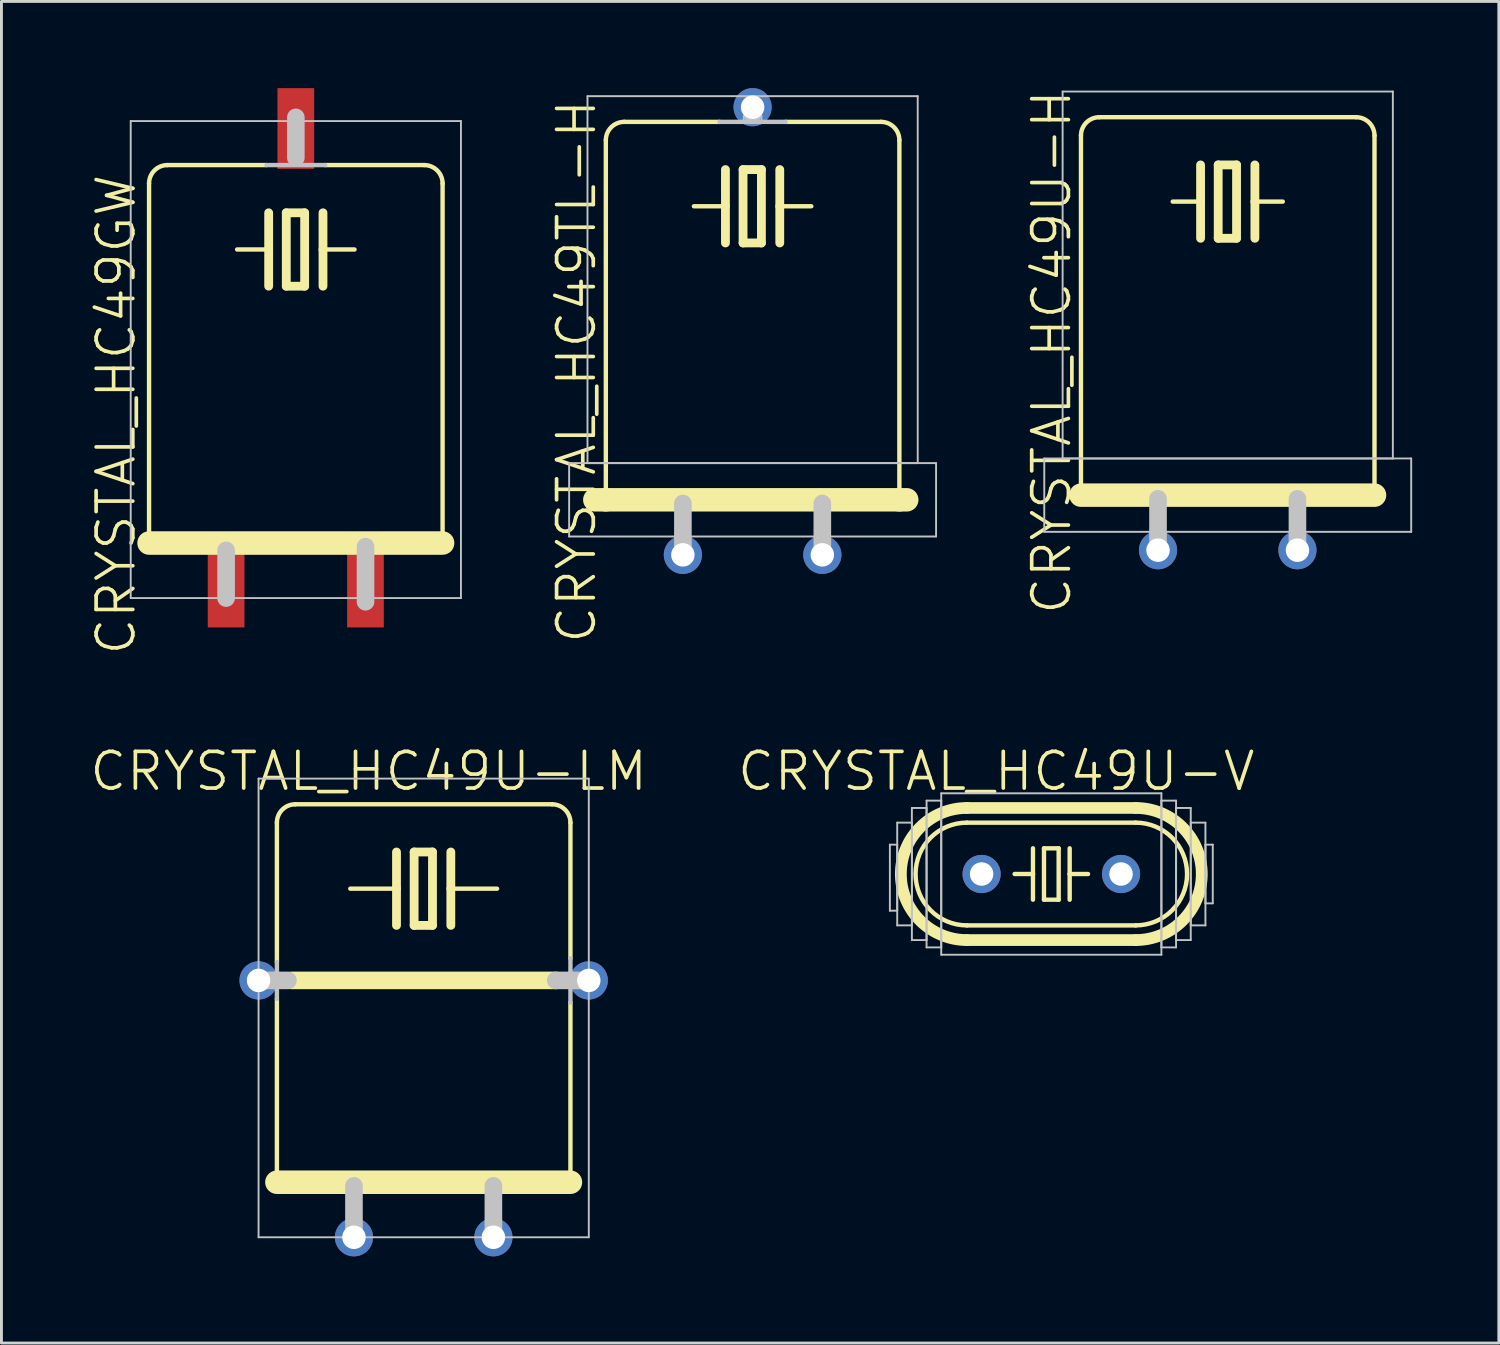
<source format=kicad_pcb>
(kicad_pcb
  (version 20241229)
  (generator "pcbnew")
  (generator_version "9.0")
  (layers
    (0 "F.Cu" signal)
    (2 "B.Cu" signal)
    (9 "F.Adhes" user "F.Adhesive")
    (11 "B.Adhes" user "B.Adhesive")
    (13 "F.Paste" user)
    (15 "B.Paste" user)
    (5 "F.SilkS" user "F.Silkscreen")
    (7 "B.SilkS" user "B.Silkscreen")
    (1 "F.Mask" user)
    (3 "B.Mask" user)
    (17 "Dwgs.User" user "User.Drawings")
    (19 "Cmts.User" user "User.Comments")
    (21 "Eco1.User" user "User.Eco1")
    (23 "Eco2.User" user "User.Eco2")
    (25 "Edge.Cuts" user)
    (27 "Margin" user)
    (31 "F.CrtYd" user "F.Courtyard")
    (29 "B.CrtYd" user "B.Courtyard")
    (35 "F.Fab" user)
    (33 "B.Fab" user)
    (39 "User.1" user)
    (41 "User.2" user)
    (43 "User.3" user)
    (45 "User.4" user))
  (footprint "CRYSTAL_HC49GW"
    (layer "F.Cu")
    (at 7.189 9.395)
    (property "Reference" "CRYSTAL_HC49GW" (at -6.223 1.905 90) (layer "F.SilkS") (effects (font (size 1.27 1.27) (thickness 0.127))))
    (attr smd)
    (fp_line (start -5.08 -6.096) (end -5.08 6.35) (stroke (width 0.152) (type solid)) (layer "F.SilkS"))
    (fp_line (start -5.08 6.35) (end 5.08 6.35) (stroke (width 0.813) (type solid)) (layer "F.SilkS"))
    (fp_line (start -1.016 -6.731) (end -4.445 -6.731) (stroke (width 0.152) (type solid)) (layer "F.SilkS"))
    (fp_line (start -0.94 -5.08) (end -0.94 -3.81) (stroke (width 0.305) (type solid)) (layer "F.SilkS"))
    (fp_line (start -0.94 -3.81) (end -2.032 -3.81) (stroke (width 0.152) (type solid)) (layer "F.SilkS"))
    (fp_line (start -0.94 -3.81) (end -0.94 -2.54) (stroke (width 0.305) (type solid)) (layer "F.SilkS"))
    (fp_line (start -0.33 -5.08) (end -0.33 -2.54) (stroke (width 0.305) (type solid)) (layer "F.SilkS"))
    (fp_line (start -0.33 -2.54) (end 0.305 -2.54) (stroke (width 0.305) (type solid)) (layer "F.SilkS"))
    (fp_line (start 0.305 -5.08) (end -0.33 -5.08) (stroke (width 0.305) (type solid)) (layer "F.SilkS"))
    (fp_line (start 0.305 -2.54) (end 0.305 -5.08) (stroke (width 0.305) (type solid)) (layer "F.SilkS"))
    (fp_line (start 0.94 -5.08) (end 0.94 -3.81) (stroke (width 0.305) (type solid)) (layer "F.SilkS"))
    (fp_line (start 0.94 -3.81) (end 0.94 -2.54) (stroke (width 0.305) (type solid)) (layer "F.SilkS"))
    (fp_line (start 0.94 -3.81) (end 2.032 -3.81) (stroke (width 0.152) (type solid)) (layer "F.SilkS"))
    (fp_line (start 4.445 -6.731) (end 1.016 -6.731) (stroke (width 0.152) (type solid)) (layer "F.SilkS"))
    (fp_line (start 5.08 6.35) (end 5.08 -6.096) (stroke (width 0.152) (type solid)) (layer "F.SilkS"))
    (fp_arc (start -5.08 -6.096) (mid -4.894013 -6.545013) (end -4.445 -6.731) (stroke (width 0.1524) (type solid)) (layer "F.SilkS"))
    (fp_arc (start 4.445 -6.731) (mid 4.894013 -6.545013) (end 5.08 -6.096) (stroke (width 0.1524) (type solid)) (layer "F.SilkS"))
    (fp_line (start -5.715 -8.255) (end 5.715 -8.255) (stroke (width 0.066) (type solid)) (layer "Dwgs.User"))
    (fp_line (start -5.715 8.255) (end -5.715 -8.255) (stroke (width 0.066) (type solid)) (layer "Dwgs.User"))
    (fp_line (start -5.715 8.255) (end 5.715 8.255) (stroke (width 0.066) (type solid)) (layer "Dwgs.User"))
    (fp_line (start -2.413 6.604) (end -2.413 8.255) (stroke (width 0.61) (type solid)) (layer "Dwgs.User"))
    (fp_line (start 0 -8.382) (end 0 -6.985) (stroke (width 0.61) (type solid)) (layer "Dwgs.User"))
    (fp_line (start 1.016 -6.731) (end -1.016 -6.731) (stroke (width 0.152) (type solid)) (layer "Dwgs.User"))
    (fp_line (start 2.413 6.477) (end 2.413 8.382) (stroke (width 0.61) (type solid)) (layer "Dwgs.User"))
    (fp_line (start 5.715 8.255) (end 5.715 -8.255) (stroke (width 0.066) (type solid)) (layer "Dwgs.User"))
    (pad "1" smd rect (at -2.413 8.001) (size 1.27 2.54) (layers "F.Cu" "F.Mask" "F.Paste"))
    (pad "2" smd rect (at 2.41 8.001) (size 1.27 2.54) (layers "F.Cu" "F.Mask" "F.Paste"))
    (pad "3" smd rect (at 0 -7.998) (size 1.27 2.794) (layers "F.Cu" "F.Mask" "F.Paste")))
  (footprint "CRYSTAL_HC49U-V"
    (layer "F.Cu")
    (at 33.338 27.201)
    (property "Reference" "CRYSTAL_HC49U-V" (at -1.905 -3.556 0) (layer "F.SilkS") (effects (font (size 1.27 1.27) (thickness 0.127))))
    (attr exclude_from_pos_files exclude_from_bom)
    (fp_line (start -2.921 -2.286) (end 2.921 -2.286) (stroke (width 0.406) (type solid)) (layer "F.SilkS"))
    (fp_line (start -2.921 1.778) (end 2.921 1.778) (stroke (width 0.152) (type solid)) (layer "F.SilkS"))
    (fp_line (start -2.921 2.286) (end 2.921 2.286) (stroke (width 0.406) (type solid)) (layer "F.SilkS"))
    (fp_line (start -0.635 -0.889) (end -0.635 0) (stroke (width 0.152) (type solid)) (layer "F.SilkS"))
    (fp_line (start -0.635 0) (end -1.27 0) (stroke (width 0.152) (type solid)) (layer "F.SilkS"))
    (fp_line (start -0.635 0) (end -0.635 0.889) (stroke (width 0.152) (type solid)) (layer "F.SilkS"))
    (fp_line (start -0.254 -0.889) (end 0.254 -0.889) (stroke (width 0.152) (type solid)) (layer "F.SilkS"))
    (fp_line (start -0.254 0.889) (end -0.254 -0.889) (stroke (width 0.152) (type solid)) (layer "F.SilkS"))
    (fp_line (start 0.254 -0.889) (end 0.254 0.889) (stroke (width 0.152) (type solid)) (layer "F.SilkS"))
    (fp_line (start 0.254 0.889) (end -0.254 0.889) (stroke (width 0.152) (type solid)) (layer "F.SilkS"))
    (fp_line (start 0.635 -0.889) (end 0.635 0) (stroke (width 0.152) (type solid)) (layer "F.SilkS"))
    (fp_line (start 0.635 0) (end 0.635 0.889) (stroke (width 0.152) (type solid)) (layer "F.SilkS"))
    (fp_line (start 0.635 0) (end 1.27 0) (stroke (width 0.152) (type solid)) (layer "F.SilkS"))
    (fp_line (start 2.921 -1.778) (end -2.921 -1.778) (stroke (width 0.152) (type solid)) (layer "F.SilkS"))
    (fp_arc (start -2.921 1.778) (mid -4.699 0) (end -2.921 -1.778) (stroke (width 0.1524) (type solid)) (layer "F.SilkS"))
    (fp_arc (start -2.921 2.286) (mid -5.207 0) (end -2.921 -2.286) (stroke (width 0.4064) (type solid)) (layer "F.SilkS"))
    (fp_arc (start 2.921 -2.286) (mid 5.207 0) (end 2.921 2.286) (stroke (width 0.4064) (type solid)) (layer "F.SilkS"))
    (fp_arc (start 2.921 -1.778) (mid 4.699 0) (end 2.921 1.778) (stroke (width 0.1524) (type solid)) (layer "F.SilkS"))
    (fp_line (start -5.588 -1.016) (end -5.334 -1.016) (stroke (width 0.066) (type solid)) (layer "Dwgs.User"))
    (fp_line (start -5.588 1.27) (end -5.588 -1.016) (stroke (width 0.066) (type solid)) (layer "Dwgs.User"))
    (fp_line (start -5.588 1.27) (end -5.334 1.27) (stroke (width 0.066) (type solid)) (layer "Dwgs.User"))
    (fp_line (start -5.334 -1.778) (end -4.826 -1.778) (stroke (width 0.066) (type solid)) (layer "Dwgs.User"))
    (fp_line (start -5.334 1.27) (end -5.334 -1.016) (stroke (width 0.066) (type solid)) (layer "Dwgs.User"))
    (fp_line (start -5.334 1.778) (end -5.334 -1.778) (stroke (width 0.066) (type solid)) (layer "Dwgs.User"))
    (fp_line (start -5.334 1.778) (end -4.826 1.778) (stroke (width 0.066) (type solid)) (layer "Dwgs.User"))
    (fp_line (start -4.826 -2.286) (end -4.318 -2.286) (stroke (width 0.066) (type solid)) (layer "Dwgs.User"))
    (fp_line (start -4.826 1.778) (end -4.826 -1.778) (stroke (width 0.066) (type solid)) (layer "Dwgs.User"))
    (fp_line (start -4.826 2.286) (end -4.826 -2.286) (stroke (width 0.066) (type solid)) (layer "Dwgs.User"))
    (fp_line (start -4.826 2.286) (end -4.318 2.286) (stroke (width 0.066) (type solid)) (layer "Dwgs.User"))
    (fp_line (start -4.318 -2.54) (end -3.81 -2.54) (stroke (width 0.066) (type solid)) (layer "Dwgs.User"))
    (fp_line (start -4.318 2.286) (end -4.318 -2.286) (stroke (width 0.066) (type solid)) (layer "Dwgs.User"))
    (fp_line (start -4.318 2.54) (end -4.318 -2.54) (stroke (width 0.066) (type solid)) (layer "Dwgs.User"))
    (fp_line (start -4.318 2.54) (end -3.81 2.54) (stroke (width 0.066) (type solid)) (layer "Dwgs.User"))
    (fp_line (start -3.81 -2.794) (end 3.81 -2.794) (stroke (width 0.066) (type solid)) (layer "Dwgs.User"))
    (fp_line (start -3.81 2.54) (end -3.81 -2.54) (stroke (width 0.066) (type solid)) (layer "Dwgs.User"))
    (fp_line (start -3.81 2.794) (end -3.81 -2.794) (stroke (width 0.066) (type solid)) (layer "Dwgs.User"))
    (fp_line (start -3.81 2.794) (end 3.81 2.794) (stroke (width 0.066) (type solid)) (layer "Dwgs.User"))
    (fp_line (start 3.81 -2.54) (end 4.318 -2.54) (stroke (width 0.066) (type solid)) (layer "Dwgs.User"))
    (fp_line (start 3.81 2.54) (end 3.81 -2.54) (stroke (width 0.066) (type solid)) (layer "Dwgs.User"))
    (fp_line (start 3.81 2.54) (end 4.318 2.54) (stroke (width 0.066) (type solid)) (layer "Dwgs.User"))
    (fp_line (start 3.81 2.794) (end 3.81 -2.794) (stroke (width 0.066) (type solid)) (layer "Dwgs.User"))
    (fp_line (start 4.318 -2.286) (end 4.826 -2.286) (stroke (width 0.066) (type solid)) (layer "Dwgs.User"))
    (fp_line (start 4.318 2.286) (end 4.318 -2.286) (stroke (width 0.066) (type solid)) (layer "Dwgs.User"))
    (fp_line (start 4.318 2.286) (end 4.826 2.286) (stroke (width 0.066) (type solid)) (layer "Dwgs.User"))
    (fp_line (start 4.318 2.54) (end 4.318 -2.54) (stroke (width 0.066) (type solid)) (layer "Dwgs.User"))
    (fp_line (start 4.826 -1.778) (end 5.334 -1.778) (stroke (width 0.066) (type solid)) (layer "Dwgs.User"))
    (fp_line (start 4.826 1.778) (end 4.826 -1.778) (stroke (width 0.066) (type solid)) (layer "Dwgs.User"))
    (fp_line (start 4.826 1.778) (end 5.334 1.778) (stroke (width 0.066) (type solid)) (layer "Dwgs.User"))
    (fp_line (start 4.826 2.286) (end 4.826 -2.286) (stroke (width 0.066) (type solid)) (layer "Dwgs.User"))
    (fp_line (start 5.334 -1.016) (end 5.588 -1.016) (stroke (width 0.066) (type solid)) (layer "Dwgs.User"))
    (fp_line (start 5.334 1.016) (end 5.334 -1.016) (stroke (width 0.066) (type solid)) (layer "Dwgs.User"))
    (fp_line (start 5.334 1.016) (end 5.588 1.016) (stroke (width 0.066) (type solid)) (layer "Dwgs.User"))
    (fp_line (start 5.334 1.778) (end 5.334 -1.778) (stroke (width 0.066) (type solid)) (layer "Dwgs.User"))
    (fp_line (start 5.588 1.016) (end 5.588 -1.016) (stroke (width 0.066) (type solid)) (layer "Dwgs.User"))
    (pad "1" thru_hole circle (at -2.413 0) (size 1.321 1.321) (drill 0.813) (layers "*.Cu" "*.Paste" "*.Mask"))
    (pad "2" thru_hole circle (at 2.413 0) (size 1.321 1.321) (drill 0.813) (layers "*.Cu" "*.Paste" "*.Mask")))
  (footprint "CRYSTAL_HC49TL-H"
    (layer "F.Cu")
    (at 22.999 8.534)
    (property "Reference" "CRYSTAL_HC49TL-H" (at -6.096 1.27 90) (layer "F.SilkS") (effects (font (size 1.27 1.27) (thickness 0.127))))
    (attr exclude_from_pos_files exclude_from_bom)
    (fp_line (start -5.08 -6.731) (end -5.08 5.715) (stroke (width 0.152) (type solid)) (layer "F.SilkS"))
    (fp_line (start -5.08 5.715) (end -5.461 5.715) (stroke (width 0.813) (type solid)) (layer "F.SilkS"))
    (fp_line (start -1.143 -7.366) (end -4.445 -7.366) (stroke (width 0.152) (type solid)) (layer "F.SilkS"))
    (fp_line (start -0.94 -5.715) (end -0.94 -4.445) (stroke (width 0.305) (type solid)) (layer "F.SilkS"))
    (fp_line (start -0.94 -4.445) (end -2.032 -4.445) (stroke (width 0.152) (type solid)) (layer "F.SilkS"))
    (fp_line (start -0.94 -4.445) (end -0.94 -3.175) (stroke (width 0.305) (type solid)) (layer "F.SilkS"))
    (fp_line (start -0.33 -5.715) (end -0.33 -3.175) (stroke (width 0.305) (type solid)) (layer "F.SilkS"))
    (fp_line (start -0.33 -3.175) (end 0.305 -3.175) (stroke (width 0.305) (type solid)) (layer "F.SilkS"))
    (fp_line (start 0.305 -5.715) (end -0.33 -5.715) (stroke (width 0.305) (type solid)) (layer "F.SilkS"))
    (fp_line (start 0.305 -3.175) (end 0.305 -5.715) (stroke (width 0.305) (type solid)) (layer "F.SilkS"))
    (fp_line (start 0.94 -5.715) (end 0.94 -4.445) (stroke (width 0.305) (type solid)) (layer "F.SilkS"))
    (fp_line (start 0.94 -4.445) (end 0.94 -3.175) (stroke (width 0.305) (type solid)) (layer "F.SilkS"))
    (fp_line (start 0.94 -4.445) (end 2.032 -4.445) (stroke (width 0.152) (type solid)) (layer "F.SilkS"))
    (fp_line (start 4.445 -7.366) (end 1.143 -7.366) (stroke (width 0.152) (type solid)) (layer "F.SilkS"))
    (fp_line (start 5.08 5.715) (end -5.08 5.715) (stroke (width 0.813) (type solid)) (layer "F.SilkS"))
    (fp_line (start 5.08 5.715) (end 5.08 -6.731) (stroke (width 0.152) (type solid)) (layer "F.SilkS"))
    (fp_line (start 5.334 5.715) (end 5.08 5.715) (stroke (width 0.813) (type solid)) (layer "F.SilkS"))
    (fp_arc (start -5.08 -6.731) (mid -4.894013 -7.180013) (end -4.445 -7.366) (stroke (width 0.1524) (type solid)) (layer "F.SilkS"))
    (fp_arc (start 4.445 -7.366) (mid 4.894013 -7.180013) (end 5.08 -6.731) (stroke (width 0.1524) (type solid)) (layer "F.SilkS"))
    (fp_line (start -6.35 4.445) (end 6.35 4.445) (stroke (width 0.066) (type solid)) (layer "Dwgs.User"))
    (fp_line (start -6.35 6.985) (end -6.35 4.445) (stroke (width 0.066) (type solid)) (layer "Dwgs.User"))
    (fp_line (start -6.35 6.985) (end 6.35 6.985) (stroke (width 0.066) (type solid)) (layer "Dwgs.User"))
    (fp_line (start -5.715 -8.255) (end 5.715 -8.255) (stroke (width 0.066) (type solid)) (layer "Dwgs.User"))
    (fp_line (start -5.715 4.445) (end -5.715 -8.255) (stroke (width 0.066) (type solid)) (layer "Dwgs.User"))
    (fp_line (start -5.715 4.445) (end 5.715 4.445) (stroke (width 0.066) (type solid)) (layer "Dwgs.User"))
    (fp_line (start -2.413 5.842) (end -2.413 7.62) (stroke (width 0.61) (type solid)) (layer "Dwgs.User"))
    (fp_line (start -0.305 -7.569) (end 0.305 -7.569) (stroke (width 0.066) (type solid)) (layer "Dwgs.User"))
    (fp_line (start -0.305 -7.366) (end -0.305 -7.569) (stroke (width 0.066) (type solid)) (layer "Dwgs.User"))
    (fp_line (start -0.305 -7.366) (end 0.305 -7.366) (stroke (width 0.066) (type solid)) (layer "Dwgs.User"))
    (fp_line (start 0 -7.874) (end 0 -7.62) (stroke (width 0.61) (type solid)) (layer "Dwgs.User"))
    (fp_line (start 0.305 -7.366) (end 0.305 -7.569) (stroke (width 0.066) (type solid)) (layer "Dwgs.User"))
    (fp_line (start 1.143 -7.366) (end -1.143 -7.366) (stroke (width 0.152) (type solid)) (layer "Dwgs.User"))
    (fp_line (start 2.413 5.842) (end 2.413 7.62) (stroke (width 0.61) (type solid)) (layer "Dwgs.User"))
    (fp_line (start 5.715 4.445) (end 5.715 -8.255) (stroke (width 0.066) (type solid)) (layer "Dwgs.User"))
    (fp_line (start 6.35 6.985) (end 6.35 4.445) (stroke (width 0.066) (type solid)) (layer "Dwgs.User"))
    (pad "1" thru_hole circle (at -2.413 7.62) (size 1.321 1.321) (drill 0.813) (layers "*.Cu" "*.Paste" "*.Mask"))
    (pad "2" thru_hole circle (at 2.413 7.62) (size 1.321 1.321) (drill 0.813) (layers "*.Cu" "*.Paste" "*.Mask"))
    (pad "3" thru_hole circle (at 0 -7.874) (size 1.321 1.321) (drill 0.813) (layers "*.Cu" "*.Paste" "*.Mask")))
  (footprint "CRYSTAL_HC49U-H"
    (layer "F.Cu")
    (at 39.444 10.913)
    (property "Reference" "CRYSTAL_HC49U-H" (at -6.096 -1.778 90) (layer "F.SilkS") (effects (font (size 1.27 1.27) (thickness 0.127))))
    (attr exclude_from_pos_files exclude_from_bom)
    (fp_line (start -5.08 -9.271) (end -5.08 3.175) (stroke (width 0.152) (type solid)) (layer "F.SilkS"))
    (fp_line (start -5.08 3.175) (end 5.08 3.175) (stroke (width 0.813) (type solid)) (layer "F.SilkS"))
    (fp_line (start -0.94 -8.255) (end -0.94 -6.985) (stroke (width 0.305) (type solid)) (layer "F.SilkS"))
    (fp_line (start -0.94 -6.985) (end -1.905 -6.985) (stroke (width 0.152) (type solid)) (layer "F.SilkS"))
    (fp_line (start -0.94 -6.985) (end -0.94 -5.715) (stroke (width 0.305) (type solid)) (layer "F.SilkS"))
    (fp_line (start -0.33 -8.255) (end -0.33 -5.715) (stroke (width 0.305) (type solid)) (layer "F.SilkS"))
    (fp_line (start -0.33 -5.715) (end 0.305 -5.715) (stroke (width 0.305) (type solid)) (layer "F.SilkS"))
    (fp_line (start 0.305 -8.255) (end -0.33 -8.255) (stroke (width 0.305) (type solid)) (layer "F.SilkS"))
    (fp_line (start 0.305 -5.715) (end 0.305 -8.255) (stroke (width 0.305) (type solid)) (layer "F.SilkS"))
    (fp_line (start 0.94 -8.255) (end 0.94 -6.985) (stroke (width 0.305) (type solid)) (layer "F.SilkS"))
    (fp_line (start 0.94 -6.985) (end 0.94 -5.715) (stroke (width 0.305) (type solid)) (layer "F.SilkS"))
    (fp_line (start 0.94 -6.985) (end 1.905 -6.985) (stroke (width 0.152) (type solid)) (layer "F.SilkS"))
    (fp_line (start 4.445 -9.906) (end -4.445 -9.906) (stroke (width 0.152) (type solid)) (layer "F.SilkS"))
    (fp_line (start 5.08 3.175) (end 5.08 -9.271) (stroke (width 0.152) (type solid)) (layer "F.SilkS"))
    (fp_arc (start -5.08 -9.271) (mid -4.894013 -9.720013) (end -4.445 -9.906) (stroke (width 0.1524) (type solid)) (layer "F.SilkS"))
    (fp_arc (start 4.445 -9.906) (mid 4.894013 -9.720013) (end 5.08 -9.271) (stroke (width 0.1524) (type solid)) (layer "F.SilkS"))
    (fp_line (start -6.35 1.905) (end 6.35 1.905) (stroke (width 0.066) (type solid)) (layer "Dwgs.User"))
    (fp_line (start -6.35 4.445) (end -6.35 1.905) (stroke (width 0.066) (type solid)) (layer "Dwgs.User"))
    (fp_line (start -6.35 4.445) (end 6.35 4.445) (stroke (width 0.066) (type solid)) (layer "Dwgs.User"))
    (fp_line (start -5.715 -10.795) (end 5.715 -10.795) (stroke (width 0.066) (type solid)) (layer "Dwgs.User"))
    (fp_line (start -5.715 1.905) (end -5.715 -10.795) (stroke (width 0.066) (type solid)) (layer "Dwgs.User"))
    (fp_line (start -5.715 1.905) (end 5.715 1.905) (stroke (width 0.066) (type solid)) (layer "Dwgs.User"))
    (fp_line (start -2.413 3.302) (end -2.413 5.08) (stroke (width 0.61) (type solid)) (layer "Dwgs.User"))
    (fp_line (start 2.413 3.302) (end 2.413 5.08) (stroke (width 0.61) (type solid)) (layer "Dwgs.User"))
    (fp_line (start 5.715 1.905) (end 5.715 -10.795) (stroke (width 0.066) (type solid)) (layer "Dwgs.User"))
    (fp_line (start 6.35 4.445) (end 6.35 1.905) (stroke (width 0.066) (type solid)) (layer "Dwgs.User"))
    (pad "1" thru_hole circle (at -2.413 5.08) (size 1.321 1.321) (drill 0.813) (layers "*.Cu" "*.Paste" "*.Mask"))
    (pad "2" thru_hole circle (at 2.413 5.08) (size 1.321 1.321) (drill 0.813) (layers "*.Cu" "*.Paste" "*.Mask")))
  (footprint "CRYSTAL_HC49U-LM"
    (layer "F.Cu")
    (at 11.614 34.694)
    (property "Reference" "CRYSTAL_HC49U-LM" (at -1.905 -11.049 0) (layer "F.SilkS") (effects (font (size 1.27 1.27) (thickness 0.127))))
    (attr exclude_from_pos_files exclude_from_bom)
    (fp_line (start -5.08 -4.445) (end -5.08 -9.271) (stroke (width 0.152) (type solid)) (layer "F.SilkS"))
    (fp_line (start -5.08 -3.175) (end -5.08 3.175) (stroke (width 0.152) (type solid)) (layer "F.SilkS"))
    (fp_line (start -5.08 3.175) (end 5.08 3.175) (stroke (width 0.813) (type solid)) (layer "F.SilkS"))
    (fp_line (start -4.572 -3.81) (end 4.572 -3.81) (stroke (width 0.61) (type solid)) (layer "F.SilkS"))
    (fp_line (start -0.94 -8.255) (end -0.94 -6.985) (stroke (width 0.305) (type solid)) (layer "F.SilkS"))
    (fp_line (start -0.94 -6.985) (end -2.54 -6.985) (stroke (width 0.152) (type solid)) (layer "F.SilkS"))
    (fp_line (start -0.94 -6.985) (end -0.94 -5.715) (stroke (width 0.305) (type solid)) (layer "F.SilkS"))
    (fp_line (start -0.33 -8.255) (end -0.33 -5.715) (stroke (width 0.305) (type solid)) (layer "F.SilkS"))
    (fp_line (start -0.33 -5.715) (end 0.305 -5.715) (stroke (width 0.305) (type solid)) (layer "F.SilkS"))
    (fp_line (start 0.305 -8.255) (end -0.33 -8.255) (stroke (width 0.305) (type solid)) (layer "F.SilkS"))
    (fp_line (start 0.305 -5.715) (end 0.305 -8.255) (stroke (width 0.305) (type solid)) (layer "F.SilkS"))
    (fp_line (start 0.94 -8.255) (end 0.94 -6.985) (stroke (width 0.305) (type solid)) (layer "F.SilkS"))
    (fp_line (start 0.94 -6.985) (end 0.94 -5.715) (stroke (width 0.305) (type solid)) (layer "F.SilkS"))
    (fp_line (start 0.94 -6.985) (end 2.54 -6.985) (stroke (width 0.152) (type solid)) (layer "F.SilkS"))
    (fp_line (start 4.445 -9.906) (end -4.445 -9.906) (stroke (width 0.152) (type solid)) (layer "F.SilkS"))
    (fp_line (start 5.08 -4.572) (end 5.08 -9.271) (stroke (width 0.152) (type solid)) (layer "F.SilkS"))
    (fp_line (start 5.08 -3.048) (end 5.08 3.175) (stroke (width 0.152) (type solid)) (layer "F.SilkS"))
    (fp_arc (start -5.08 -9.271) (mid -4.894013 -9.720013) (end -4.445 -9.906) (stroke (width 0.1524) (type solid)) (layer "F.SilkS"))
    (fp_arc (start 4.445 -9.906) (mid 4.894013 -9.720013) (end 5.08 -9.271) (stroke (width 0.1524) (type solid)) (layer "F.SilkS"))
    (fp_line (start -5.715 -10.795) (end 5.715 -10.795) (stroke (width 0.066) (type solid)) (layer "Dwgs.User"))
    (fp_line (start -5.715 5.08) (end -5.715 -10.795) (stroke (width 0.066) (type solid)) (layer "Dwgs.User"))
    (fp_line (start -5.715 5.08) (end 5.715 5.08) (stroke (width 0.066) (type solid)) (layer "Dwgs.User"))
    (fp_line (start -5.08 -4.445) (end -5.08 -3.175) (stroke (width 0.152) (type solid)) (layer "Dwgs.User"))
    (fp_line (start -4.699 -3.81) (end -5.715 -3.81) (stroke (width 0.61) (type solid)) (layer "Dwgs.User"))
    (fp_line (start -2.413 3.302) (end -2.413 5.08) (stroke (width 0.61) (type solid)) (layer "Dwgs.User"))
    (fp_line (start 2.413 3.302) (end 2.413 5.08) (stroke (width 0.61) (type solid)) (layer "Dwgs.User"))
    (fp_line (start 4.572 -3.81) (end 5.08 -3.81) (stroke (width 0.61) (type solid)) (layer "Dwgs.User"))
    (fp_line (start 5.08 -3.81) (end 5.08 -4.572) (stroke (width 0.152) (type solid)) (layer "Dwgs.User"))
    (fp_line (start 5.08 -3.81) (end 5.08 -3.048) (stroke (width 0.152) (type solid)) (layer "Dwgs.User"))
    (fp_line (start 5.08 -3.81) (end 5.715 -3.81) (stroke (width 0.61) (type solid)) (layer "Dwgs.User"))
    (fp_line (start 5.715 5.08) (end 5.715 -10.795) (stroke (width 0.066) (type solid)) (layer "Dwgs.User"))
    (pad "1" thru_hole circle (at -2.413 5.08) (size 1.321 1.321) (drill 0.813) (layers "*.Cu" "*.Paste" "*.Mask"))
    (pad "2" thru_hole circle (at 2.413 5.08) (size 1.321 1.321) (drill 0.813) (layers "*.Cu" "*.Paste" "*.Mask"))
    (pad "M" thru_hole circle (at -5.715 -3.81) (size 1.321 1.321) (drill 0.813) (layers "*.Cu" "*.Paste" "*.Mask"))
    (pad "M1" thru_hole circle (at 5.715 -3.81) (size 1.321 1.321) (drill 0.813) (layers "*.Cu" "*.Paste" "*.Mask")))
  (gr_rect
    (start -3 -3)
    (end 48.827 43.435)
    (stroke (width 0.1) (type default))
    (fill no)
    (layer "Edge.Cuts")))
</source>
